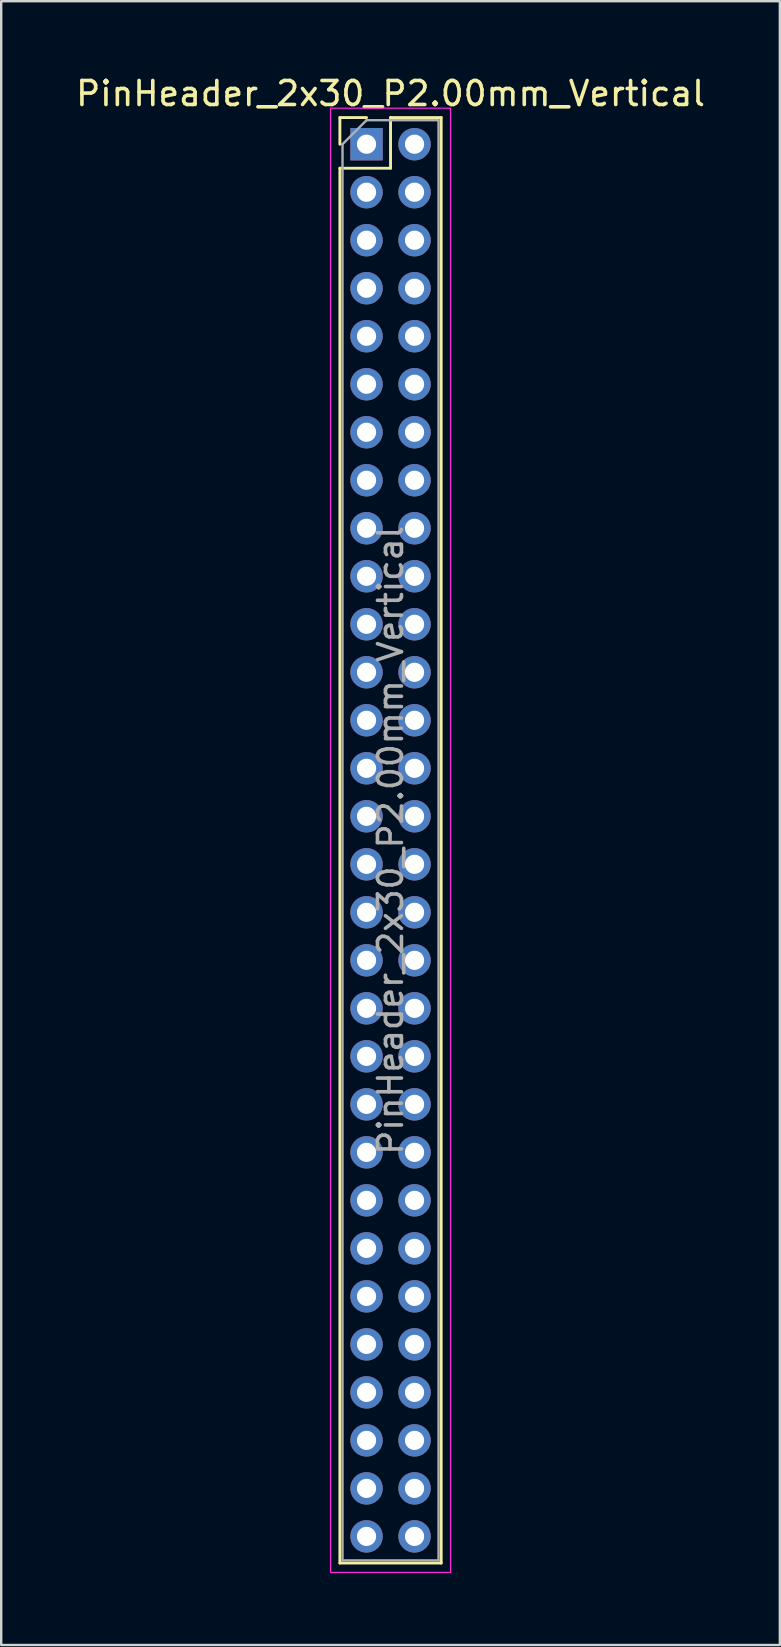
<source format=kicad_pcb>
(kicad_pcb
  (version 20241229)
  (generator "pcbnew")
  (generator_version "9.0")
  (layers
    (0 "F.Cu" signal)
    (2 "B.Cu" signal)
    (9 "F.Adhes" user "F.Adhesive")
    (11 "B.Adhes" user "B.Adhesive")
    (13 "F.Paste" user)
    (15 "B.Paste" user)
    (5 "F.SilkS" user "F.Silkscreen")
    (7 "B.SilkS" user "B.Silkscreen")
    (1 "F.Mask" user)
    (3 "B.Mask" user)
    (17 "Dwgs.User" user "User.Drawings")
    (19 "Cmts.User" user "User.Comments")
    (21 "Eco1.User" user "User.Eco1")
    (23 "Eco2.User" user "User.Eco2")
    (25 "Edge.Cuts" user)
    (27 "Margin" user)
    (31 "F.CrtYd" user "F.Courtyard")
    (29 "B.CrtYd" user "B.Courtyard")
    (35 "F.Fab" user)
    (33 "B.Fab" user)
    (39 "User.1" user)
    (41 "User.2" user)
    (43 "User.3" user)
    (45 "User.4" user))
  (footprint "PinHeader_2x30_P2.00mm_Vertical"
    (layer "F.Cu")
    (at 12.22 2.958)
    (property "Reference" "PinHeader_2x30_P2.00mm_Vertical" (at 1 -2.11 0) (layer "F.SilkS") (effects (font (size 1 1) (thickness 0.15))))
    (attr through_hole)
    (fp_line (start -1.11 -1.11) (end 0 -1.11) (stroke (width 0.12) (type solid)) (layer "F.SilkS"))
    (fp_line (start -1.11 0) (end -1.11 -1.11) (stroke (width 0.12) (type solid)) (layer "F.SilkS"))
    (fp_line (start -1.11 1) (end -1.11 59.11) (stroke (width 0.12) (type solid)) (layer "F.SilkS"))
    (fp_line (start -1.11 1) (end 1 1) (stroke (width 0.12) (type solid)) (layer "F.SilkS"))
    (fp_line (start -1.11 59.11) (end 3.11 59.11) (stroke (width 0.12) (type solid)) (layer "F.SilkS"))
    (fp_line (start 1 -1.11) (end 3.11 -1.11) (stroke (width 0.12) (type solid)) (layer "F.SilkS"))
    (fp_line (start 1 1) (end 1 -1.11) (stroke (width 0.12) (type solid)) (layer "F.SilkS"))
    (fp_line (start 3.11 -1.11) (end 3.11 59.11) (stroke (width 0.12) (type solid)) (layer "F.SilkS"))
    (fp_line (start -1.5 -1.5) (end -1.5 59.5) (stroke (width 0.05) (type solid)) (layer "F.CrtYd"))
    (fp_line (start -1.5 59.5) (end 3.5 59.5) (stroke (width 0.05) (type solid)) (layer "F.CrtYd"))
    (fp_line (start 3.5 -1.5) (end -1.5 -1.5) (stroke (width 0.05) (type solid)) (layer "F.CrtYd"))
    (fp_line (start 3.5 59.5) (end 3.5 -1.5) (stroke (width 0.05) (type solid)) (layer "F.CrtYd"))
    (fp_line (start -1 0) (end 0 -1) (stroke (width 0.1) (type solid)) (layer "F.Fab"))
    (fp_line (start -1 59) (end -1 0) (stroke (width 0.1) (type solid)) (layer "F.Fab"))
    (fp_line (start 0 -1) (end 3 -1) (stroke (width 0.1) (type solid)) (layer "F.Fab"))
    (fp_line (start 3 -1) (end 3 59) (stroke (width 0.1) (type solid)) (layer "F.Fab"))
    (fp_line (start 3 59) (end -1 59) (stroke (width 0.1) (type solid)) (layer "F.Fab"))
    (fp_text user "${REFERENCE}" (at 1 29 90) (layer "F.Fab") (effects (font (size 1 1) (thickness 0.15))))
    (pad "1" thru_hole rect (at 0 0) (size 1.35 1.35) (drill 0.8) (layers "*.Cu" "*.Mask"))
    (pad "2" thru_hole circle (at 2 0) (size 1.35 1.35) (drill 0.8) (layers "*.Cu" "*.Mask"))
    (pad "3" thru_hole circle (at 0 2) (size 1.35 1.35) (drill 0.8) (layers "*.Cu" "*.Mask"))
    (pad "4" thru_hole circle (at 2 2) (size 1.35 1.35) (drill 0.8) (layers "*.Cu" "*.Mask"))
    (pad "5" thru_hole circle (at 0 4) (size 1.35 1.35) (drill 0.8) (layers "*.Cu" "*.Mask"))
    (pad "6" thru_hole circle (at 2 4) (size 1.35 1.35) (drill 0.8) (layers "*.Cu" "*.Mask"))
    (pad "7" thru_hole circle (at 0 6) (size 1.35 1.35) (drill 0.8) (layers "*.Cu" "*.Mask"))
    (pad "8" thru_hole circle (at 2 6) (size 1.35 1.35) (drill 0.8) (layers "*.Cu" "*.Mask"))
    (pad "9" thru_hole circle (at 0 8) (size 1.35 1.35) (drill 0.8) (layers "*.Cu" "*.Mask"))
    (pad "10" thru_hole circle (at 2 8) (size 1.35 1.35) (drill 0.8) (layers "*.Cu" "*.Mask"))
    (pad "11" thru_hole circle (at 0 10) (size 1.35 1.35) (drill 0.8) (layers "*.Cu" "*.Mask"))
    (pad "12" thru_hole circle (at 2 10) (size 1.35 1.35) (drill 0.8) (layers "*.Cu" "*.Mask"))
    (pad "13" thru_hole circle (at 0 12) (size 1.35 1.35) (drill 0.8) (layers "*.Cu" "*.Mask"))
    (pad "14" thru_hole circle (at 2 12) (size 1.35 1.35) (drill 0.8) (layers "*.Cu" "*.Mask"))
    (pad "15" thru_hole circle (at 0 14) (size 1.35 1.35) (drill 0.8) (layers "*.Cu" "*.Mask"))
    (pad "16" thru_hole circle (at 2 14) (size 1.35 1.35) (drill 0.8) (layers "*.Cu" "*.Mask"))
    (pad "17" thru_hole circle (at 0 16) (size 1.35 1.35) (drill 0.8) (layers "*.Cu" "*.Mask"))
    (pad "18" thru_hole circle (at 2 16) (size 1.35 1.35) (drill 0.8) (layers "*.Cu" "*.Mask"))
    (pad "19" thru_hole circle (at 0 18) (size 1.35 1.35) (drill 0.8) (layers "*.Cu" "*.Mask"))
    (pad "20" thru_hole circle (at 2 18) (size 1.35 1.35) (drill 0.8) (layers "*.Cu" "*.Mask"))
    (pad "21" thru_hole circle (at 0 20) (size 1.35 1.35) (drill 0.8) (layers "*.Cu" "*.Mask"))
    (pad "22" thru_hole circle (at 2 20) (size 1.35 1.35) (drill 0.8) (layers "*.Cu" "*.Mask"))
    (pad "23" thru_hole circle (at 0 22) (size 1.35 1.35) (drill 0.8) (layers "*.Cu" "*.Mask"))
    (pad "24" thru_hole circle (at 2 22) (size 1.35 1.35) (drill 0.8) (layers "*.Cu" "*.Mask"))
    (pad "25" thru_hole circle (at 0 24) (size 1.35 1.35) (drill 0.8) (layers "*.Cu" "*.Mask"))
    (pad "26" thru_hole circle (at 2 24) (size 1.35 1.35) (drill 0.8) (layers "*.Cu" "*.Mask"))
    (pad "27" thru_hole circle (at 0 26) (size 1.35 1.35) (drill 0.8) (layers "*.Cu" "*.Mask"))
    (pad "28" thru_hole circle (at 2 26) (size 1.35 1.35) (drill 0.8) (layers "*.Cu" "*.Mask"))
    (pad "29" thru_hole circle (at 0 28) (size 1.35 1.35) (drill 0.8) (layers "*.Cu" "*.Mask"))
    (pad "30" thru_hole circle (at 2 28) (size 1.35 1.35) (drill 0.8) (layers "*.Cu" "*.Mask"))
    (pad "31" thru_hole circle (at 0 30) (size 1.35 1.35) (drill 0.8) (layers "*.Cu" "*.Mask"))
    (pad "32" thru_hole circle (at 2 30) (size 1.35 1.35) (drill 0.8) (layers "*.Cu" "*.Mask"))
    (pad "33" thru_hole circle (at 0 32) (size 1.35 1.35) (drill 0.8) (layers "*.Cu" "*.Mask"))
    (pad "34" thru_hole circle (at 2 32) (size 1.35 1.35) (drill 0.8) (layers "*.Cu" "*.Mask"))
    (pad "35" thru_hole circle (at 0 34) (size 1.35 1.35) (drill 0.8) (layers "*.Cu" "*.Mask"))
    (pad "36" thru_hole circle (at 2 34) (size 1.35 1.35) (drill 0.8) (layers "*.Cu" "*.Mask"))
    (pad "37" thru_hole circle (at 0 36) (size 1.35 1.35) (drill 0.8) (layers "*.Cu" "*.Mask"))
    (pad "38" thru_hole circle (at 2 36) (size 1.35 1.35) (drill 0.8) (layers "*.Cu" "*.Mask"))
    (pad "39" thru_hole circle (at 0 38) (size 1.35 1.35) (drill 0.8) (layers "*.Cu" "*.Mask"))
    (pad "40" thru_hole circle (at 2 38) (size 1.35 1.35) (drill 0.8) (layers "*.Cu" "*.Mask"))
    (pad "41" thru_hole circle (at 0 40) (size 1.35 1.35) (drill 0.8) (layers "*.Cu" "*.Mask"))
    (pad "42" thru_hole circle (at 2 40) (size 1.35 1.35) (drill 0.8) (layers "*.Cu" "*.Mask"))
    (pad "43" thru_hole circle (at 0 42) (size 1.35 1.35) (drill 0.8) (layers "*.Cu" "*.Mask"))
    (pad "44" thru_hole circle (at 2 42) (size 1.35 1.35) (drill 0.8) (layers "*.Cu" "*.Mask"))
    (pad "45" thru_hole circle (at 0 44) (size 1.35 1.35) (drill 0.8) (layers "*.Cu" "*.Mask"))
    (pad "46" thru_hole circle (at 2 44) (size 1.35 1.35) (drill 0.8) (layers "*.Cu" "*.Mask"))
    (pad "47" thru_hole circle (at 0 46) (size 1.35 1.35) (drill 0.8) (layers "*.Cu" "*.Mask"))
    (pad "48" thru_hole circle (at 2 46) (size 1.35 1.35) (drill 0.8) (layers "*.Cu" "*.Mask"))
    (pad "49" thru_hole circle (at 0 48) (size 1.35 1.35) (drill 0.8) (layers "*.Cu" "*.Mask"))
    (pad "50" thru_hole circle (at 2 48) (size 1.35 1.35) (drill 0.8) (layers "*.Cu" "*.Mask"))
    (pad "51" thru_hole circle (at 0 50) (size 1.35 1.35) (drill 0.8) (layers "*.Cu" "*.Mask"))
    (pad "52" thru_hole circle (at 2 50) (size 1.35 1.35) (drill 0.8) (layers "*.Cu" "*.Mask"))
    (pad "53" thru_hole circle (at 0 52) (size 1.35 1.35) (drill 0.8) (layers "*.Cu" "*.Mask"))
    (pad "54" thru_hole circle (at 2 52) (size 1.35 1.35) (drill 0.8) (layers "*.Cu" "*.Mask"))
    (pad "55" thru_hole circle (at 0 54) (size 1.35 1.35) (drill 0.8) (layers "*.Cu" "*.Mask"))
    (pad "56" thru_hole circle (at 2 54) (size 1.35 1.35) (drill 0.8) (layers "*.Cu" "*.Mask"))
    (pad "57" thru_hole circle (at 0 56) (size 1.35 1.35) (drill 0.8) (layers "*.Cu" "*.Mask"))
    (pad "58" thru_hole circle (at 2 56) (size 1.35 1.35) (drill 0.8) (layers "*.Cu" "*.Mask"))
    (pad "59" thru_hole circle (at 0 58) (size 1.35 1.35) (drill 0.8) (layers "*.Cu" "*.Mask"))
    (pad "60" thru_hole circle (at 2 58) (size 1.35 1.35) (drill 0.8) (layers "*.Cu" "*.Mask")))
  (gr_rect
    (start -3 -3)
    (end 29.44 65.483)
    (stroke (width 0.1) (type default))
    (fill no)
    (layer "Edge.Cuts")))
</source>
